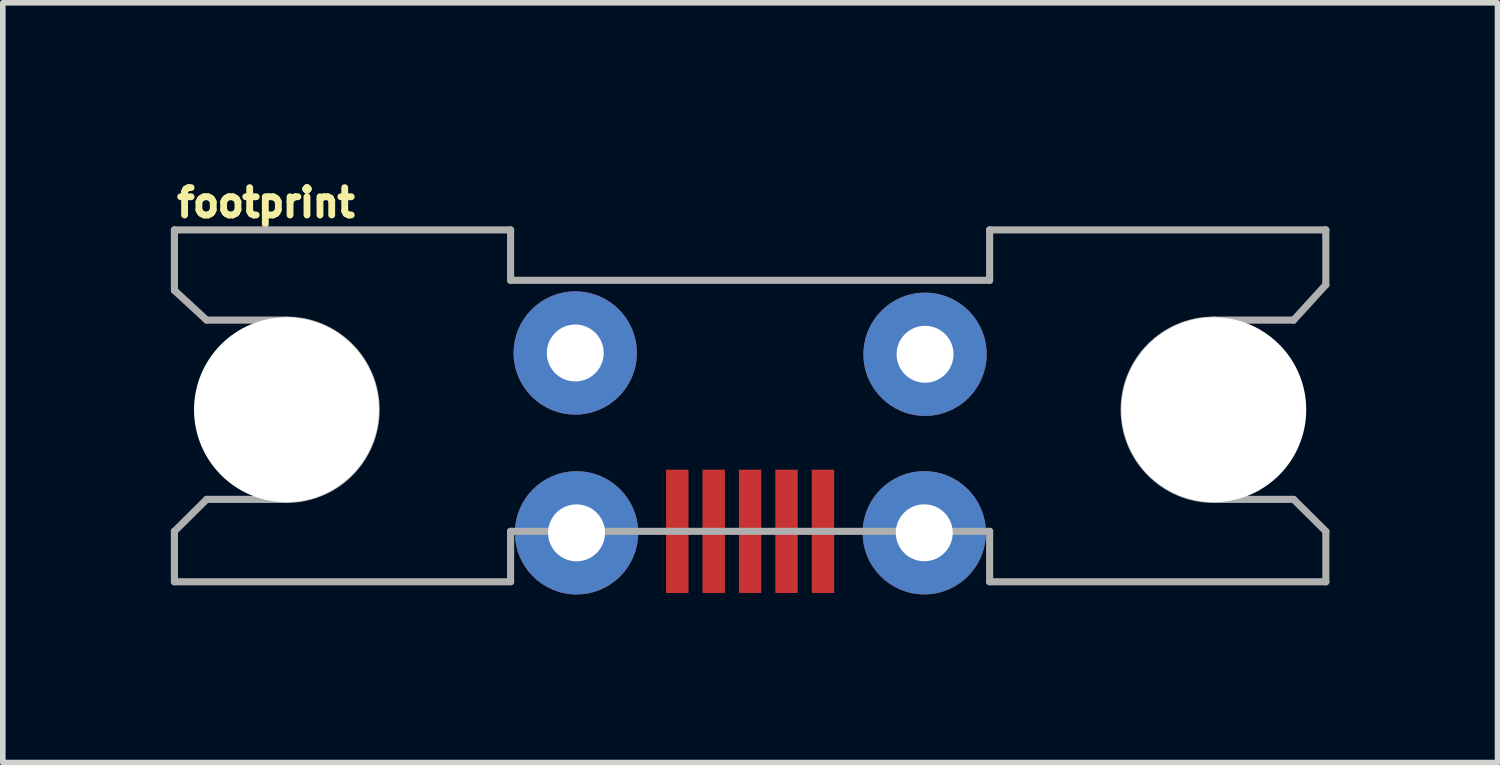
<source format=kicad_pcb>
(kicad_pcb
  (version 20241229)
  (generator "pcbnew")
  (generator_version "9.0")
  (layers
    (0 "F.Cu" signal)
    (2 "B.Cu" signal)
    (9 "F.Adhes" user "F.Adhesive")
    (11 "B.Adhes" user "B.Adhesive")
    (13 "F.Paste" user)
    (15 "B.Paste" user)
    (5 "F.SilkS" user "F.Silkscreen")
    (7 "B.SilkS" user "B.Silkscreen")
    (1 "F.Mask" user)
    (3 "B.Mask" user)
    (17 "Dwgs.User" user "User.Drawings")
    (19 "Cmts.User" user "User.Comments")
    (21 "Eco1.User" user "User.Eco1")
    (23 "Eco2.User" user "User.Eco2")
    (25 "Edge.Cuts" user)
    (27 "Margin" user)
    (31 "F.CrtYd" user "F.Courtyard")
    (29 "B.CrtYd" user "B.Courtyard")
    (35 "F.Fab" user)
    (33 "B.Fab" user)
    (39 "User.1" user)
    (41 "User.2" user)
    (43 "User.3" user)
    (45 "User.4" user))
  (footprint "footprint"
    (layer "F.Cu")
    (at 10.338 6.433)
    (property "Reference" "footprint" (at -10.29 -5.58 0) (layer "F.SilkS") (effects (font (size 0.488 0.488) (thickness 0.122)) (justify left bottom)))
    (fp_line (start -10.275 -5.38) (end -4.275 -5.38) (stroke (width 0.127) (type solid)) (layer "F.Fab"))
    (fp_line (start -10.275 -4.3) (end -10.275 -5.38) (stroke (width 0.127) (type solid)) (layer "F.Fab"))
    (fp_line (start -10.275 0) (end -10.275 0.9) (stroke (width 0.127) (type solid)) (layer "F.Fab"))
    (fp_line (start -10.275 0.9) (end -4.275 0.9) (stroke (width 0.127) (type solid)) (layer "F.Fab"))
    (fp_line (start -9.7 -3.77) (end -10.275 -4.3) (stroke (width 0.127) (type solid)) (layer "F.Fab"))
    (fp_line (start -9.7 -3.77) (end -8.275 -3.77) (stroke (width 0.127) (type solid)) (layer "F.Fab"))
    (fp_line (start -9.7 -0.57) (end -10.275 0) (stroke (width 0.127) (type solid)) (layer "F.Fab"))
    (fp_line (start -9.7 -0.57) (end -8.275 -0.57) (stroke (width 0.127) (type solid)) (layer "F.Fab"))
    (fp_line (start -4.275 -5.38) (end -4.275 -4.48) (stroke (width 0.127) (type solid)) (layer "F.Fab"))
    (fp_line (start -4.275 -4.48) (end 4.275 -4.48) (stroke (width 0.127) (type solid)) (layer "F.Fab"))
    (fp_line (start -4.275 0) (end 4.275 0) (stroke (width 0.127) (type solid)) (layer "F.Fab"))
    (fp_line (start -4.275 0.9) (end -4.275 0) (stroke (width 0.127) (type solid)) (layer "F.Fab"))
    (fp_line (start 4.275 -5.38) (end 4.275 -4.48) (stroke (width 0.127) (type solid)) (layer "F.Fab"))
    (fp_line (start 4.275 0.9) (end 4.275 0) (stroke (width 0.127) (type solid)) (layer "F.Fab"))
    (fp_line (start 9.7 -3.77) (end 8.275 -3.77) (stroke (width 0.127) (type solid)) (layer "F.Fab"))
    (fp_line (start 9.7 -3.77) (end 10.275 -4.4) (stroke (width 0.127) (type solid)) (layer "F.Fab"))
    (fp_line (start 9.7 -0.57) (end 8.275 -0.57) (stroke (width 0.127) (type solid)) (layer "F.Fab"))
    (fp_line (start 9.7 -0.57) (end 10.275 0) (stroke (width 0.127) (type solid)) (layer "F.Fab"))
    (fp_line (start 10.275 -5.38) (end 4.275 -5.38) (stroke (width 0.127) (type solid)) (layer "F.Fab"))
    (fp_line (start 10.275 -4.4) (end 10.275 -5.38) (stroke (width 0.127) (type solid)) (layer "F.Fab"))
    (fp_line (start 10.275 0) (end 10.275 0.9) (stroke (width 0.127) (type solid)) (layer "F.Fab"))
    (fp_line (start 10.275 0.9) (end 4.275 0.9) (stroke (width 0.127) (type solid)) (layer "F.Fab"))
    (fp_arc (start -8.275 -3.77) (mid -6.675 -2.17) (end -8.275 -0.57) (stroke (width 0.127) (type solid)) (layer "F.Fab"))
    (fp_arc (start 8.275 -0.57) (mid 6.675 -2.17) (end 8.275 -3.77) (stroke (width 0.127) (type solid)) (layer "F.Fab"))
    (pad "" np_thru_hole circle (at -8.275 -2.17) (size 3.3 3.3) (drill 3.3) (layers "*.Cu" "*.Mask"))
    (pad "" np_thru_hole circle (at 8.275 -2.17) (size 3.3 3.3) (drill 3.3) (layers "*.Cu" "*.Mask"))
    (pad "D+" smd rect (at 0 0 90) (size 2.2 0.4) (layers "F.Cu" "F.Mask" "F.Paste"))
    (pad "D-" smd rect (at -0.65 0 90) (size 2.2 0.4) (layers "F.Cu" "F.Mask" "F.Paste"))
    (pad "GND" smd rect (at 1.3 0 90) (size 2.2 0.4) (layers "F.Cu" "F.Mask" "F.Paste"))
    (pad "ID" smd rect (at 0.65 0 90) (size 2.2 0.4) (layers "F.Cu" "F.Mask" "F.Paste"))
    (pad "SHLD1" thru_hole circle (at -3.121 -3.183 90) (size 2.2 2.2) (drill 1.016) (layers "*.Cu" "*.Mask"))
    (pad "SHLD2" thru_hole circle (at 3.122 -3.16 90) (size 2.2 2.2) (drill 1.016) (layers "*.Cu" "*.Mask"))
    (pad "SHLD3" thru_hole circle (at -3.098 0.027 90) (size 2.2 2.2) (drill 1.016) (layers "*.Cu" "*.Mask"))
    (pad "SHLD4" thru_hole circle (at 3.108 0.026 90) (size 2.2 2.2) (drill 1.016) (layers "*.Cu" "*.Mask"))
    (pad "VBUS" smd rect (at -1.3 0 90) (size 2.2 0.4) (layers "F.Cu" "F.Mask" "F.Paste")))
  (gr_rect
    (start -3 -3)
    (end 23.677 10.56)
    (stroke (width 0.1) (type default))
    (fill no)
    (layer "Edge.Cuts")))
</source>
